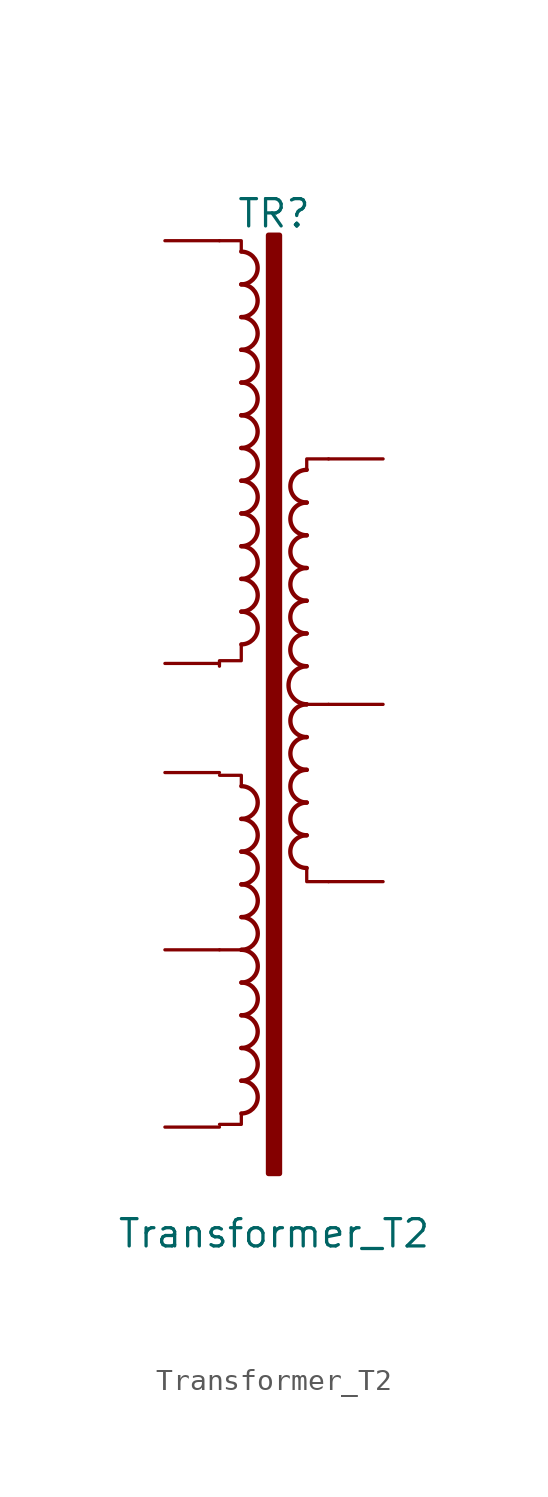
<source format=kicad_sym>
(kicad_symbol_lib
  (version 20220914)
  (generator kicad_symbol_editor)
  (symbol "Transformer_T2"
    (pin_numbers hide)
    (pin_names
      (offset 0))
    (property "Reference" "TR"
      (at 0 13.97 0)
      (effects (font (size 1.27 1.27))))
    (property "Value" "Transformer_T2"
      (at 0 -33.528 0)
      (effects (font (size 1.27 1.27))))
    (symbol "Transformer_T2_0_1"
      (arc (start -1.524 3.048) (mid -0.7653 3.81) (end -1.524 4.572) (stroke (width 0.2032) (type default)) (fill (type none)))
      (arc (start -1.524 4.572) (mid -0.7653 5.334) (end -1.524 6.096) (stroke (width 0.2032) (type default)) (fill (type none)))
      (arc (start -1.524 6.096) (mid -0.7653 6.858) (end -1.524 7.62) (stroke (width 0.2032) (type default)) (fill (type none)))
      (arc (start -1.524 7.62) (mid -0.7653 8.382) (end -1.524 9.144) (stroke (width 0.2032) (type default)) (fill (type none)))
      (arc (start -1.524 9.144) (mid -0.7653 9.906) (end -1.524 10.668) (stroke (width 0.2032) (type default)) (fill (type none)))
      (arc (start -1.524 10.668) (mid -0.7653 11.43) (end -1.524 12.192) (stroke (width 0.2032) (type default)) (fill (type none)))
      (arc (start -1.5207 -27.94) (mid -0.762 -27.178) (end -1.5207 -26.416) (stroke (width 0.2032) (type default)) (fill (type none)))
      (arc (start -1.5207 -26.416) (mid -0.762 -25.654) (end -1.5207 -24.892) (stroke (width 0.2032) (type default)) (fill (type none)))
      (arc (start -1.5207 -24.892) (mid -0.762 -24.13) (end -1.5207 -23.368) (stroke (width 0.2032) (type default)) (fill (type none)))
      (arc (start -1.5207 -17.272) (mid -0.762 -16.51) (end -1.5207 -15.748) (stroke (width 0.2032) (type default)) (fill (type none)))
      (arc (start -1.5207 -15.748) (mid -0.762 -14.986) (end -1.5207 -14.224) (stroke (width 0.2032) (type default)) (fill (type none)))
      (arc (start -1.5207 -14.224) (mid -0.762 -13.462) (end -1.5207 -12.7) (stroke (width 0.2032) (type default)) (fill (type none)))
      (arc (start -1.5207 -6.096) (mid -0.762 -5.334) (end -1.5207 -4.572) (stroke (width 0.2032) (type default)) (fill (type none)))
      (arc (start -1.5207 -4.572) (mid -0.762 -3.81) (end -1.5207 -3.048) (stroke (width 0.2032) (type default)) (fill (type none)))
      (arc (start -1.5207 -3.048) (mid -0.762 -2.286) (end -1.5207 -1.524) (stroke (width 0.2032) (type default)) (fill (type none)))
      (arc (start -1.5207 -1.524) (mid -0.762 -0.762) (end -1.5207 0) (stroke (width 0.2032) (type default)) (fill (type none)))
      (arc (start -1.5207 0) (mid -0.762 0.762) (end -1.5207 1.524) (stroke (width 0.2032) (type default)) (fill (type none)))
      (arc (start -1.5207 1.524) (mid -0.762 2.286) (end -1.5207 3.048) (stroke (width 0.2032) (type default)) (fill (type none)))
      (arc (start -1.5174 -23.368) (mid -0.7587 -22.606) (end -1.5174 -21.844) (stroke (width 0.2032) (type default)) (fill (type none)))
      (arc (start -1.5174 -21.844) (mid -0.7587 -21.082) (end -1.5174 -20.32) (stroke (width 0.2032) (type default)) (fill (type none)))
      (arc (start -1.5174 -20.32) (mid -0.7587 -19.558) (end -1.5174 -18.796) (stroke (width 0.2032) (type default)) (fill (type none)))
      (arc (start -1.5174 -18.796) (mid -0.7587 -18.034) (end -1.5174 -17.272) (stroke (width 0.2032) (type default)) (fill (type none)))
      (rectangle (start -0.254 12.954) (end 0.254 -30.734) (stroke (width 0.254) (type default)) (fill (type outline)))
      (polyline (pts (xy 2.54 -8.89) (xy 1.524 -8.89)) (stroke (width 0) (type default)) (fill (type none)))
      (polyline (pts (xy -1.521 -20.32) (xy -2.537 -20.32) (xy -2.537 -20.32)) (stroke (width 0) (type default)) (fill (type outline)))
      (polyline (pts (xy -1.524 -6.096) (xy -1.524 -6.858) (xy -2.54 -6.858) (xy -2.54 -7.112)) (stroke (width 0) (type default)) (fill (type none)))
      (polyline (pts (xy -1.524 12.192) (xy -1.524 12.7) (xy -2.54 12.7) (xy -2.54 12.7)) (stroke (width 0) (type default)) (fill (type none)))
      (polyline (pts (xy -1.521 -27.94) (xy -1.521 -28.448) (xy -2.537 -28.448) (xy -2.537 -28.448)) (stroke (width 0) (type default)) (fill (type none)))
      (polyline (pts (xy -1.521 -12.7) (xy -1.521 -12.192) (xy -2.537 -12.192) (xy -2.537 -12.192)) (stroke (width 0) (type default)) (fill (type none)))
      (polyline (pts (xy 1.524 2.032) (xy 1.524 2.54) (xy 2.54 2.54) (xy 2.54 2.54)) (stroke (width 0) (type default)) (fill (type none)))
      (polyline (pts (xy 1.524 -16.51) (xy 1.524 -17.145) (xy 2.54 -17.145) (xy 2.54 -17.145) (xy 2.54 -17.145) (xy 2.54 -17.145)) (stroke (width 0) (type default)) (fill (type none)))
      (arc (start 1.5207 -14.986) (mid 0.762 -15.748) (end 1.5207 -16.51) (stroke (width 0.2032) (type default)) (fill (type none)))
      (arc (start 1.5207 -7.112) (mid 0.6765 -8.0026) (end 1.524 -8.89) (stroke (width 0.2032) (type default)) (fill (type none)))
      (arc (start 1.5207 -5.588) (mid 0.762 -6.35) (end 1.5207 -7.112) (stroke (width 0.2032) (type default)) (fill (type none)))
      (arc (start 1.5207 -4.064) (mid 0.762 -4.826) (end 1.5207 -5.588) (stroke (width 0.2032) (type default)) (fill (type none)))
      (arc (start 1.524 -13.462) (mid 0.7653 -14.224) (end 1.524 -14.986) (stroke (width 0.2032) (type default)) (fill (type none)))
      (arc (start 1.524 -11.938) (mid 0.7653 -12.7) (end 1.524 -13.462) (stroke (width 0.2032) (type default)) (fill (type none)))
      (arc (start 1.524 -10.414) (mid 0.7653 -11.176) (end 1.524 -11.938) (stroke (width 0.2032) (type default)) (fill (type none)))
      (arc (start 1.524 -8.89) (mid 0.7653 -9.652) (end 1.524 -10.414) (stroke (width 0.2032) (type default)) (fill (type none)))
      (arc (start 1.524 -2.54) (mid 0.7653 -3.302) (end 1.524 -4.064) (stroke (width 0.2032) (type default)) (fill (type none)))
      (arc (start 1.524 -1.016) (mid 0.7653 -1.778) (end 1.524 -2.54) (stroke (width 0.2032) (type default)) (fill (type none)))
      (arc (start 1.524 0.508) (mid 0.7653 -0.254) (end 1.524 -1.016) (stroke (width 0.2032) (type default)) (fill (type none)))
      (arc (start 1.524 2.032) (mid 0.7653 1.27) (end 1.524 0.508) (stroke (width 0.2032) (type default)) (fill (type none))))
    (symbol "Transformer_T2_1_1"
      (pin passive line (at 5.08 2.54 180) (length 2.54) (name "~" (effects (font (size 1.27 1.27)))) (number "1" (effects (font (size 1.27 1.27)))))
      (pin passive line (at -5.08 12.7 0) (length 2.54) (name "~" (effects (font (size 1.27 1.27)))) (number "10" (effects (font (size 1.27 1.27)))))
      (pin passive line (at 5.08 -8.89 180) (length 2.54) (name "~" (effects (font (size 1.27 1.27)))) (number "2" (effects (font (size 1.27 1.27)))))
      (pin passive line (at 5.08 -17.145 180) (length 2.54) (name "~" (effects (font (size 1.27 1.27)))) (number "4" (effects (font (size 1.27 1.27)))))
      (pin passive line (at -5.08 -28.575 0) (length 2.54) (name "~" (effects (font (size 1.27 1.27)))) (number "5" (effects (font (size 1.27 1.27)))))
      (pin passive line (at -5.08 -20.32 0) (length 2.54) (name "~" (effects (font (size 1.27 1.27)))) (number "6" (effects (font (size 1.27 1.27)))))
      (pin passive line (at -5.08 -12.065 0) (length 2.54) (name "~" (effects (font (size 1.27 1.27)))) (number "7" (effects (font (size 1.27 1.27)))))
      (pin passive line (at -5.08 -6.985 0) (length 2.54) (name "~" (effects (font (size 1.27 1.27)))) (number "8" (effects (font (size 1.27 1.27))))))))
</source>
